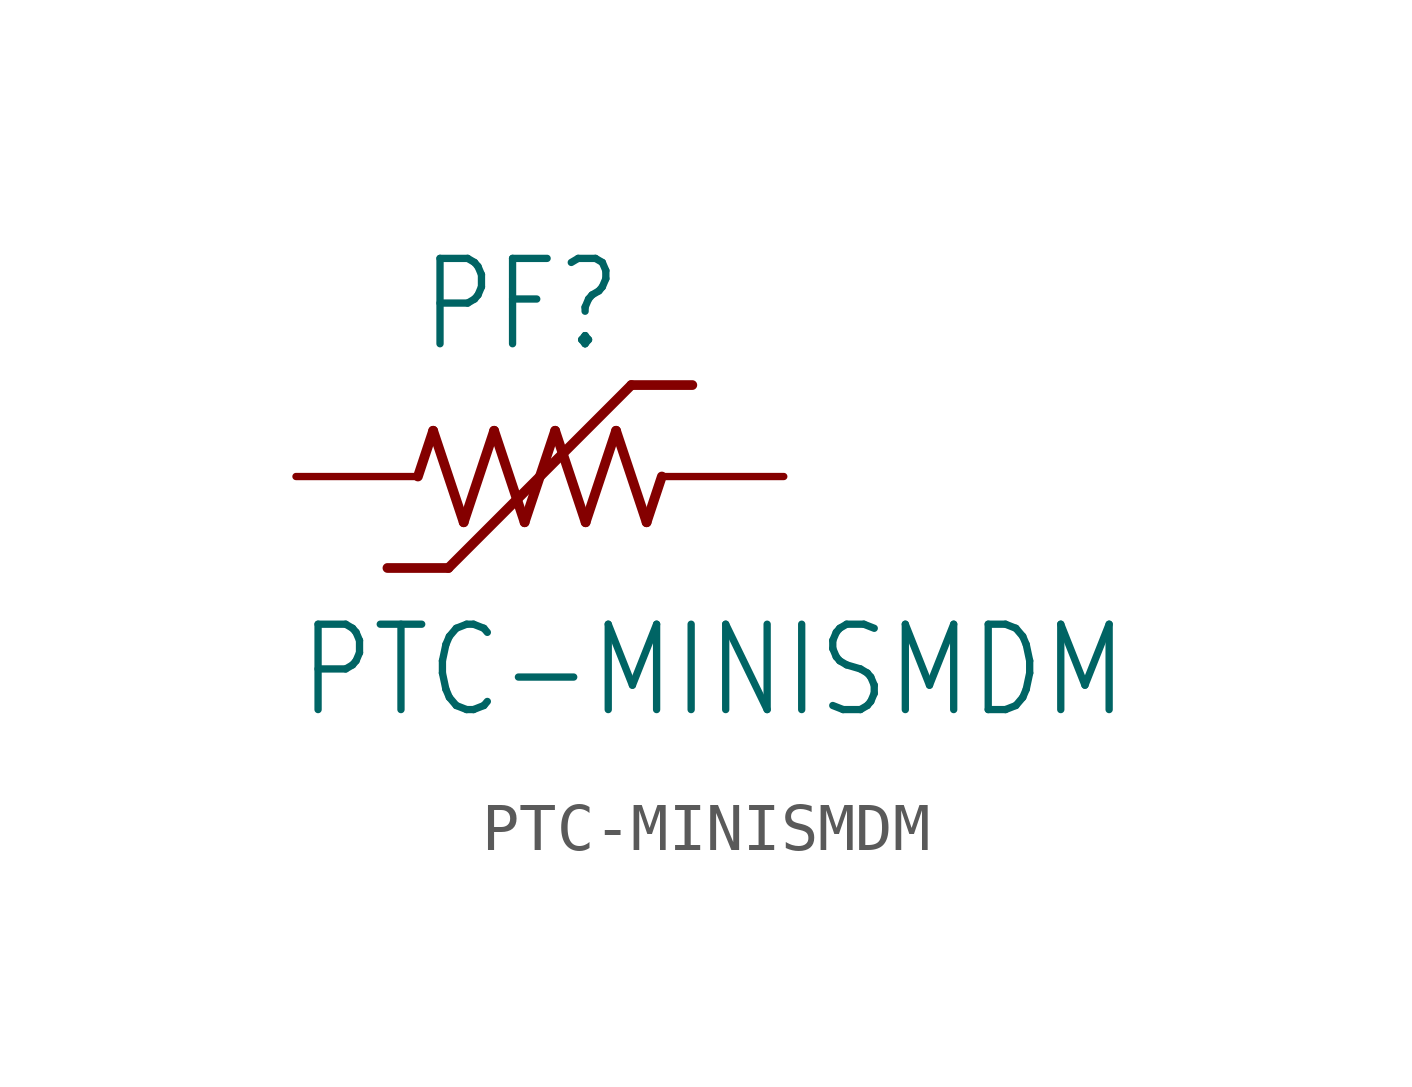
<source format=kicad_sym>
(kicad_symbol_lib
  (version 20211014)
  (generator kicad_symbol_editor)
  (symbol "PTC-MINISMDM"
    (property "Reference" "PF"
      (at -2.54 2.54 0)
      (effects (font (size 1.778 1.511)) (justify left bottom)))
    (property "Value" "PTC-MINISMDM"
      (at -5.08 -5.08 0)
      (effects (font (size 1.778 1.511)) (justify left bottom)))
    (property "ki_locked" ""
      (at 0 0 0)
      (effects (font (size 1.27 1.27))))
    (symbol "PTC-MINISMDM_1_0"
      (polyline (pts (xy -2.54 0) (xy -2.223 0.953)) (stroke (width 0.203) (type default) (color 0 0 0 0)) (fill (type none)))
      (polyline (pts (xy -2.223 0.953) (xy -1.587 -0.953)) (stroke (width 0.203) (type default) (color 0 0 0 0)) (fill (type none)))
      (polyline (pts (xy -1.905 -1.905) (xy -3.175 -1.905)) (stroke (width 0.203) (type default) (color 0 0 0 0)) (fill (type none)))
      (polyline (pts (xy -1.587 -0.953) (xy -0.953 0.953)) (stroke (width 0.203) (type default) (color 0 0 0 0)) (fill (type none)))
      (polyline (pts (xy -0.953 0.953) (xy -0.318 -0.953)) (stroke (width 0.203) (type default) (color 0 0 0 0)) (fill (type none)))
      (polyline (pts (xy -0.318 -0.953) (xy 0.318 0.953)) (stroke (width 0.203) (type default) (color 0 0 0 0)) (fill (type none)))
      (polyline (pts (xy 0.318 0.953) (xy 0.953 -0.953)) (stroke (width 0.203) (type default) (color 0 0 0 0)) (fill (type none)))
      (polyline (pts (xy 0.953 -0.953) (xy 1.587 0.953)) (stroke (width 0.203) (type default) (color 0 0 0 0)) (fill (type none)))
      (polyline (pts (xy 1.587 0.953) (xy 2.223 -0.953)) (stroke (width 0.203) (type default) (color 0 0 0 0)) (fill (type none)))
      (polyline (pts (xy 1.905 1.905) (xy -1.905 -1.905)) (stroke (width 0.203) (type default) (color 0 0 0 0)) (fill (type none)))
      (polyline (pts (xy 2.223 -0.953) (xy 2.54 0)) (stroke (width 0.203) (type default) (color 0 0 0 0)) (fill (type none)))
      (polyline (pts (xy 3.175 1.905) (xy 1.905 1.905)) (stroke (width 0.203) (type default) (color 0 0 0 0)) (fill (type none)))
      (pin passive line (at 5.08 0 180) (length 2.54) (name "2" (effects (font (size 0 0)))) (number "1" (effects (font (size 0 0)))))
      (pin passive line (at -5.08 0 0) (length 2.54) (name "1" (effects (font (size 0 0)))) (number "2" (effects (font (size 0 0))))))))
</source>
